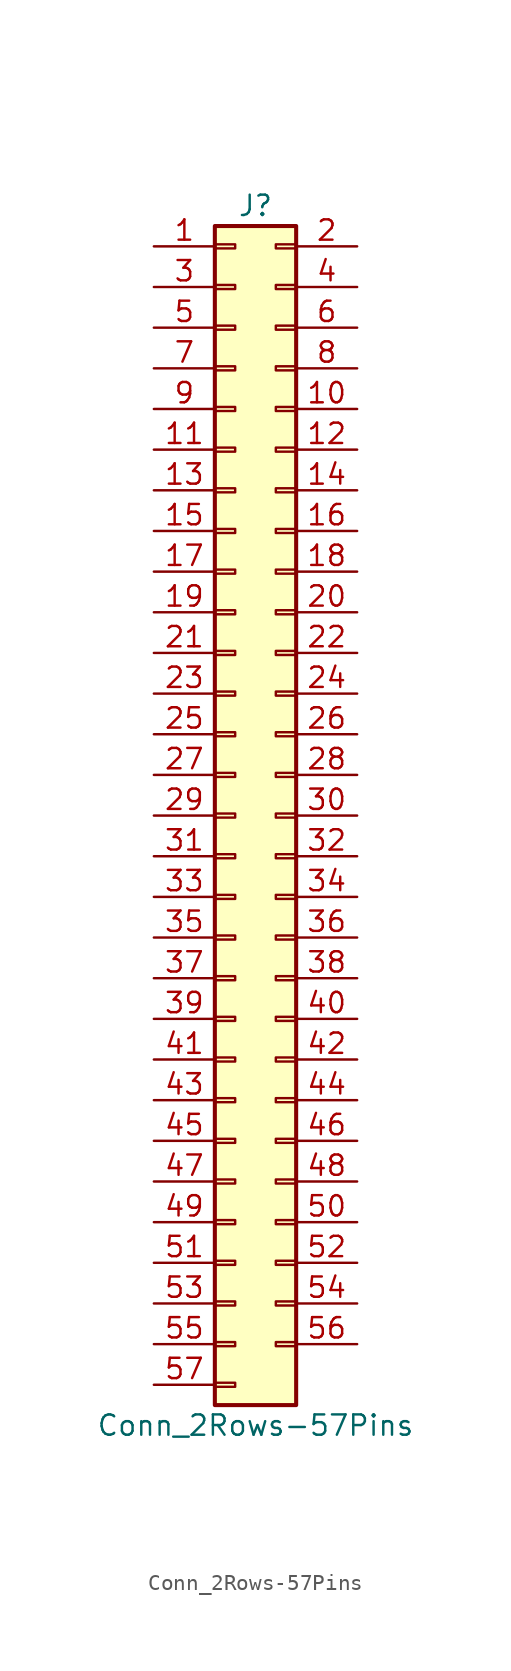
<source format=kicad_sym>
(kicad_symbol_lib
  (version 20211014)
  (generator kicad_symbol_editor)
  (symbol "Conn_2Rows-57Pins"
    (pin_names
      (offset 1.016) hide)
    (property "Reference" "J"
      (at 1.27 38.1 0)
      (effects (font (size 1.27 1.27))))
    (property "Value" "Conn_2Rows-57Pins"
      (at 1.27 -38.1 0)
      (effects (font (size 1.27 1.27))))
    (symbol "Conn_2Rows-57Pins_1_1"
      (rectangle (start -1.27 -35.433) (end 0 -35.687) (stroke (width 0.152) (type default) (color 0 0 0 0)) (fill (type none)))
      (rectangle (start -1.27 -32.893) (end 0 -33.147) (stroke (width 0.152) (type default) (color 0 0 0 0)) (fill (type none)))
      (rectangle (start -1.27 -30.353) (end 0 -30.607) (stroke (width 0.152) (type default) (color 0 0 0 0)) (fill (type none)))
      (rectangle (start -1.27 -27.813) (end 0 -28.067) (stroke (width 0.152) (type default) (color 0 0 0 0)) (fill (type none)))
      (rectangle (start -1.27 -25.273) (end 0 -25.527) (stroke (width 0.152) (type default) (color 0 0 0 0)) (fill (type none)))
      (rectangle (start -1.27 -22.733) (end 0 -22.987) (stroke (width 0.152) (type default) (color 0 0 0 0)) (fill (type none)))
      (rectangle (start -1.27 -20.193) (end 0 -20.447) (stroke (width 0.152) (type default) (color 0 0 0 0)) (fill (type none)))
      (rectangle (start -1.27 -17.653) (end 0 -17.907) (stroke (width 0.152) (type default) (color 0 0 0 0)) (fill (type none)))
      (rectangle (start -1.27 -15.113) (end 0 -15.367) (stroke (width 0.152) (type default) (color 0 0 0 0)) (fill (type none)))
      (rectangle (start -1.27 -12.573) (end 0 -12.827) (stroke (width 0.152) (type default) (color 0 0 0 0)) (fill (type none)))
      (rectangle (start -1.27 -10.033) (end 0 -10.287) (stroke (width 0.152) (type default) (color 0 0 0 0)) (fill (type none)))
      (rectangle (start -1.27 -7.493) (end 0 -7.747) (stroke (width 0.152) (type default) (color 0 0 0 0)) (fill (type none)))
      (rectangle (start -1.27 -4.953) (end 0 -5.207) (stroke (width 0.152) (type default) (color 0 0 0 0)) (fill (type none)))
      (rectangle (start -1.27 -2.413) (end 0 -2.667) (stroke (width 0.152) (type default) (color 0 0 0 0)) (fill (type none)))
      (rectangle (start -1.27 0.127) (end 0 -0.127) (stroke (width 0.152) (type default) (color 0 0 0 0)) (fill (type none)))
      (rectangle (start -1.27 2.667) (end 0 2.413) (stroke (width 0.152) (type default) (color 0 0 0 0)) (fill (type none)))
      (rectangle (start -1.27 5.207) (end 0 4.953) (stroke (width 0.152) (type default) (color 0 0 0 0)) (fill (type none)))
      (rectangle (start -1.27 7.747) (end 0 7.493) (stroke (width 0.152) (type default) (color 0 0 0 0)) (fill (type none)))
      (rectangle (start -1.27 10.287) (end 0 10.033) (stroke (width 0.152) (type default) (color 0 0 0 0)) (fill (type none)))
      (rectangle (start -1.27 12.827) (end 0 12.573) (stroke (width 0.152) (type default) (color 0 0 0 0)) (fill (type none)))
      (rectangle (start -1.27 15.367) (end 0 15.113) (stroke (width 0.152) (type default) (color 0 0 0 0)) (fill (type none)))
      (rectangle (start -1.27 17.907) (end 0 17.653) (stroke (width 0.152) (type default) (color 0 0 0 0)) (fill (type none)))
      (rectangle (start -1.27 20.447) (end 0 20.193) (stroke (width 0.152) (type default) (color 0 0 0 0)) (fill (type none)))
      (rectangle (start -1.27 22.987) (end 0 22.733) (stroke (width 0.152) (type default) (color 0 0 0 0)) (fill (type none)))
      (rectangle (start -1.27 25.527) (end 0 25.273) (stroke (width 0.152) (type default) (color 0 0 0 0)) (fill (type none)))
      (rectangle (start -1.27 28.067) (end 0 27.813) (stroke (width 0.152) (type default) (color 0 0 0 0)) (fill (type none)))
      (rectangle (start -1.27 30.607) (end 0 30.353) (stroke (width 0.152) (type default) (color 0 0 0 0)) (fill (type none)))
      (rectangle (start -1.27 33.147) (end 0 32.893) (stroke (width 0.152) (type default) (color 0 0 0 0)) (fill (type none)))
      (rectangle (start -1.27 35.687) (end 0 35.433) (stroke (width 0.152) (type default) (color 0 0 0 0)) (fill (type none)))
      (rectangle (start -1.27 36.83) (end 3.81 -36.83) (stroke (width 0.254) (type default) (color 0 0 0 0)) (fill (type background)))
      (rectangle (start 3.81 -32.893) (end 2.54 -33.147) (stroke (width 0.152) (type default) (color 0 0 0 0)) (fill (type none)))
      (rectangle (start 3.81 -30.353) (end 2.54 -30.607) (stroke (width 0.152) (type default) (color 0 0 0 0)) (fill (type none)))
      (rectangle (start 3.81 -27.813) (end 2.54 -28.067) (stroke (width 0.152) (type default) (color 0 0 0 0)) (fill (type none)))
      (rectangle (start 3.81 -25.273) (end 2.54 -25.527) (stroke (width 0.152) (type default) (color 0 0 0 0)) (fill (type none)))
      (rectangle (start 3.81 -22.733) (end 2.54 -22.987) (stroke (width 0.152) (type default) (color 0 0 0 0)) (fill (type none)))
      (rectangle (start 3.81 -20.193) (end 2.54 -20.447) (stroke (width 0.152) (type default) (color 0 0 0 0)) (fill (type none)))
      (rectangle (start 3.81 -17.653) (end 2.54 -17.907) (stroke (width 0.152) (type default) (color 0 0 0 0)) (fill (type none)))
      (rectangle (start 3.81 -15.113) (end 2.54 -15.367) (stroke (width 0.152) (type default) (color 0 0 0 0)) (fill (type none)))
      (rectangle (start 3.81 -12.573) (end 2.54 -12.827) (stroke (width 0.152) (type default) (color 0 0 0 0)) (fill (type none)))
      (rectangle (start 3.81 -10.033) (end 2.54 -10.287) (stroke (width 0.152) (type default) (color 0 0 0 0)) (fill (type none)))
      (rectangle (start 3.81 -7.493) (end 2.54 -7.747) (stroke (width 0.152) (type default) (color 0 0 0 0)) (fill (type none)))
      (rectangle (start 3.81 -4.953) (end 2.54 -5.207) (stroke (width 0.152) (type default) (color 0 0 0 0)) (fill (type none)))
      (rectangle (start 3.81 -2.413) (end 2.54 -2.667) (stroke (width 0.152) (type default) (color 0 0 0 0)) (fill (type none)))
      (rectangle (start 3.81 0.127) (end 2.54 -0.127) (stroke (width 0.152) (type default) (color 0 0 0 0)) (fill (type none)))
      (rectangle (start 3.81 2.667) (end 2.54 2.413) (stroke (width 0.152) (type default) (color 0 0 0 0)) (fill (type none)))
      (rectangle (start 3.81 5.207) (end 2.54 4.953) (stroke (width 0.152) (type default) (color 0 0 0 0)) (fill (type none)))
      (rectangle (start 3.81 7.747) (end 2.54 7.493) (stroke (width 0.152) (type default) (color 0 0 0 0)) (fill (type none)))
      (rectangle (start 3.81 10.287) (end 2.54 10.033) (stroke (width 0.152) (type default) (color 0 0 0 0)) (fill (type none)))
      (rectangle (start 3.81 12.827) (end 2.54 12.573) (stroke (width 0.152) (type default) (color 0 0 0 0)) (fill (type none)))
      (rectangle (start 3.81 15.367) (end 2.54 15.113) (stroke (width 0.152) (type default) (color 0 0 0 0)) (fill (type none)))
      (rectangle (start 3.81 17.907) (end 2.54 17.653) (stroke (width 0.152) (type default) (color 0 0 0 0)) (fill (type none)))
      (rectangle (start 3.81 20.447) (end 2.54 20.193) (stroke (width 0.152) (type default) (color 0 0 0 0)) (fill (type none)))
      (rectangle (start 3.81 22.987) (end 2.54 22.733) (stroke (width 0.152) (type default) (color 0 0 0 0)) (fill (type none)))
      (rectangle (start 3.81 25.527) (end 2.54 25.273) (stroke (width 0.152) (type default) (color 0 0 0 0)) (fill (type none)))
      (rectangle (start 3.81 28.067) (end 2.54 27.813) (stroke (width 0.152) (type default) (color 0 0 0 0)) (fill (type none)))
      (rectangle (start 3.81 30.607) (end 2.54 30.353) (stroke (width 0.152) (type default) (color 0 0 0 0)) (fill (type none)))
      (rectangle (start 3.81 33.147) (end 2.54 32.893) (stroke (width 0.152) (type default) (color 0 0 0 0)) (fill (type none)))
      (rectangle (start 3.81 35.687) (end 2.54 35.433) (stroke (width 0.152) (type default) (color 0 0 0 0)) (fill (type none)))
      (pin passive line (at -5.08 35.56 0) (length 3.81) (name "Pin_1" (effects (font (size 1.27 1.27)))) (number "1" (effects (font (size 1.27 1.27)))))
      (pin passive line (at 7.62 25.4 180) (length 3.81) (name "Pin_10" (effects (font (size 1.27 1.27)))) (number "10" (effects (font (size 1.27 1.27)))))
      (pin passive line (at -5.08 22.86 0) (length 3.81) (name "Pin_11" (effects (font (size 1.27 1.27)))) (number "11" (effects (font (size 1.27 1.27)))))
      (pin passive line (at 7.62 22.86 180) (length 3.81) (name "Pin_12" (effects (font (size 1.27 1.27)))) (number "12" (effects (font (size 1.27 1.27)))))
      (pin passive line (at -5.08 20.32 0) (length 3.81) (name "Pin_13" (effects (font (size 1.27 1.27)))) (number "13" (effects (font (size 1.27 1.27)))))
      (pin passive line (at 7.62 20.32 180) (length 3.81) (name "Pin_14" (effects (font (size 1.27 1.27)))) (number "14" (effects (font (size 1.27 1.27)))))
      (pin passive line (at -5.08 17.78 0) (length 3.81) (name "Pin_15" (effects (font (size 1.27 1.27)))) (number "15" (effects (font (size 1.27 1.27)))))
      (pin passive line (at 7.62 17.78 180) (length 3.81) (name "Pin_16" (effects (font (size 1.27 1.27)))) (number "16" (effects (font (size 1.27 1.27)))))
      (pin passive line (at -5.08 15.24 0) (length 3.81) (name "Pin_17" (effects (font (size 1.27 1.27)))) (number "17" (effects (font (size 1.27 1.27)))))
      (pin passive line (at 7.62 15.24 180) (length 3.81) (name "Pin_18" (effects (font (size 1.27 1.27)))) (number "18" (effects (font (size 1.27 1.27)))))
      (pin passive line (at -5.08 12.7 0) (length 3.81) (name "Pin_19" (effects (font (size 1.27 1.27)))) (number "19" (effects (font (size 1.27 1.27)))))
      (pin passive line (at 7.62 35.56 180) (length 3.81) (name "Pin_2" (effects (font (size 1.27 1.27)))) (number "2" (effects (font (size 1.27 1.27)))))
      (pin passive line (at 7.62 12.7 180) (length 3.81) (name "Pin_20" (effects (font (size 1.27 1.27)))) (number "20" (effects (font (size 1.27 1.27)))))
      (pin passive line (at -5.08 10.16 0) (length 3.81) (name "Pin_21" (effects (font (size 1.27 1.27)))) (number "21" (effects (font (size 1.27 1.27)))))
      (pin passive line (at 7.62 10.16 180) (length 3.81) (name "Pin_22" (effects (font (size 1.27 1.27)))) (number "22" (effects (font (size 1.27 1.27)))))
      (pin passive line (at -5.08 7.62 0) (length 3.81) (name "Pin_23" (effects (font (size 1.27 1.27)))) (number "23" (effects (font (size 1.27 1.27)))))
      (pin passive line (at 7.62 7.62 180) (length 3.81) (name "Pin_24" (effects (font (size 1.27 1.27)))) (number "24" (effects (font (size 1.27 1.27)))))
      (pin passive line (at -5.08 5.08 0) (length 3.81) (name "Pin_25" (effects (font (size 1.27 1.27)))) (number "25" (effects (font (size 1.27 1.27)))))
      (pin passive line (at 7.62 5.08 180) (length 3.81) (name "Pin_26" (effects (font (size 1.27 1.27)))) (number "26" (effects (font (size 1.27 1.27)))))
      (pin passive line (at -5.08 2.54 0) (length 3.81) (name "Pin_27" (effects (font (size 1.27 1.27)))) (number "27" (effects (font (size 1.27 1.27)))))
      (pin passive line (at 7.62 2.54 180) (length 3.81) (name "Pin_28" (effects (font (size 1.27 1.27)))) (number "28" (effects (font (size 1.27 1.27)))))
      (pin passive line (at -5.08 0 0) (length 3.81) (name "Pin_29" (effects (font (size 1.27 1.27)))) (number "29" (effects (font (size 1.27 1.27)))))
      (pin passive line (at -5.08 33.02 0) (length 3.81) (name "Pin_3" (effects (font (size 1.27 1.27)))) (number "3" (effects (font (size 1.27 1.27)))))
      (pin passive line (at 7.62 0 180) (length 3.81) (name "Pin_30" (effects (font (size 1.27 1.27)))) (number "30" (effects (font (size 1.27 1.27)))))
      (pin passive line (at -5.08 -2.54 0) (length 3.81) (name "Pin_31" (effects (font (size 1.27 1.27)))) (number "31" (effects (font (size 1.27 1.27)))))
      (pin passive line (at 7.62 -2.54 180) (length 3.81) (name "Pin_32" (effects (font (size 1.27 1.27)))) (number "32" (effects (font (size 1.27 1.27)))))
      (pin passive line (at -5.08 -5.08 0) (length 3.81) (name "Pin_33" (effects (font (size 1.27 1.27)))) (number "33" (effects (font (size 1.27 1.27)))))
      (pin passive line (at 7.62 -5.08 180) (length 3.81) (name "Pin_34" (effects (font (size 1.27 1.27)))) (number "34" (effects (font (size 1.27 1.27)))))
      (pin passive line (at -5.08 -7.62 0) (length 3.81) (name "Pin_35" (effects (font (size 1.27 1.27)))) (number "35" (effects (font (size 1.27 1.27)))))
      (pin passive line (at 7.62 -7.62 180) (length 3.81) (name "Pin_36" (effects (font (size 1.27 1.27)))) (number "36" (effects (font (size 1.27 1.27)))))
      (pin passive line (at -5.08 -10.16 0) (length 3.81) (name "Pin_37" (effects (font (size 1.27 1.27)))) (number "37" (effects (font (size 1.27 1.27)))))
      (pin passive line (at 7.62 -10.16 180) (length 3.81) (name "Pin_38" (effects (font (size 1.27 1.27)))) (number "38" (effects (font (size 1.27 1.27)))))
      (pin passive line (at -5.08 -12.7 0) (length 3.81) (name "Pin_39" (effects (font (size 1.27 1.27)))) (number "39" (effects (font (size 1.27 1.27)))))
      (pin passive line (at 7.62 33.02 180) (length 3.81) (name "Pin_4" (effects (font (size 1.27 1.27)))) (number "4" (effects (font (size 1.27 1.27)))))
      (pin passive line (at 7.62 -12.7 180) (length 3.81) (name "Pin_40" (effects (font (size 1.27 1.27)))) (number "40" (effects (font (size 1.27 1.27)))))
      (pin passive line (at -5.08 -15.24 0) (length 3.81) (name "Pin_41" (effects (font (size 1.27 1.27)))) (number "41" (effects (font (size 1.27 1.27)))))
      (pin passive line (at 7.62 -15.24 180) (length 3.81) (name "Pin_42" (effects (font (size 1.27 1.27)))) (number "42" (effects (font (size 1.27 1.27)))))
      (pin passive line (at -5.08 -17.78 0) (length 3.81) (name "Pin_43" (effects (font (size 1.27 1.27)))) (number "43" (effects (font (size 1.27 1.27)))))
      (pin passive line (at 7.62 -17.78 180) (length 3.81) (name "Pin_44" (effects (font (size 1.27 1.27)))) (number "44" (effects (font (size 1.27 1.27)))))
      (pin passive line (at -5.08 -20.32 0) (length 3.81) (name "Pin_45" (effects (font (size 1.27 1.27)))) (number "45" (effects (font (size 1.27 1.27)))))
      (pin passive line (at 7.62 -20.32 180) (length 3.81) (name "Pin_46" (effects (font (size 1.27 1.27)))) (number "46" (effects (font (size 1.27 1.27)))))
      (pin passive line (at -5.08 -22.86 0) (length 3.81) (name "Pin_47" (effects (font (size 1.27 1.27)))) (number "47" (effects (font (size 1.27 1.27)))))
      (pin passive line (at 7.62 -22.86 180) (length 3.81) (name "Pin_48" (effects (font (size 1.27 1.27)))) (number "48" (effects (font (size 1.27 1.27)))))
      (pin passive line (at -5.08 -25.4 0) (length 3.81) (name "Pin_49" (effects (font (size 1.27 1.27)))) (number "49" (effects (font (size 1.27 1.27)))))
      (pin passive line (at -5.08 30.48 0) (length 3.81) (name "Pin_5" (effects (font (size 1.27 1.27)))) (number "5" (effects (font (size 1.27 1.27)))))
      (pin passive line (at 7.62 -25.4 180) (length 3.81) (name "Pin_50" (effects (font (size 1.27 1.27)))) (number "50" (effects (font (size 1.27 1.27)))))
      (pin passive line (at -5.08 -27.94 0) (length 3.81) (name "Pin_51" (effects (font (size 1.27 1.27)))) (number "51" (effects (font (size 1.27 1.27)))))
      (pin passive line (at 7.62 -27.94 180) (length 3.81) (name "Pin_52" (effects (font (size 1.27 1.27)))) (number "52" (effects (font (size 1.27 1.27)))))
      (pin passive line (at -5.08 -30.48 0) (length 3.81) (name "Pin_53" (effects (font (size 1.27 1.27)))) (number "53" (effects (font (size 1.27 1.27)))))
      (pin passive line (at 7.62 -30.48 180) (length 3.81) (name "Pin_54" (effects (font (size 1.27 1.27)))) (number "54" (effects (font (size 1.27 1.27)))))
      (pin passive line (at -5.08 -33.02 0) (length 3.81) (name "Pin_55" (effects (font (size 1.27 1.27)))) (number "55" (effects (font (size 1.27 1.27)))))
      (pin passive line (at 7.62 -33.02 180) (length 3.81) (name "Pin_56" (effects (font (size 1.27 1.27)))) (number "56" (effects (font (size 1.27 1.27)))))
      (pin passive line (at -5.08 -35.56 0) (length 3.81) (name "Pin_57" (effects (font (size 1.27 1.27)))) (number "57" (effects (font (size 1.27 1.27)))))
      (pin passive line (at 7.62 30.48 180) (length 3.81) (name "Pin_6" (effects (font (size 1.27 1.27)))) (number "6" (effects (font (size 1.27 1.27)))))
      (pin passive line (at -5.08 27.94 0) (length 3.81) (name "Pin_7" (effects (font (size 1.27 1.27)))) (number "7" (effects (font (size 1.27 1.27)))))
      (pin passive line (at 7.62 27.94 180) (length 3.81) (name "Pin_8" (effects (font (size 1.27 1.27)))) (number "8" (effects (font (size 1.27 1.27)))))
      (pin passive line (at -5.08 25.4 0) (length 3.81) (name "Pin_9" (effects (font (size 1.27 1.27)))) (number "9" (effects (font (size 1.27 1.27))))))))
</source>
